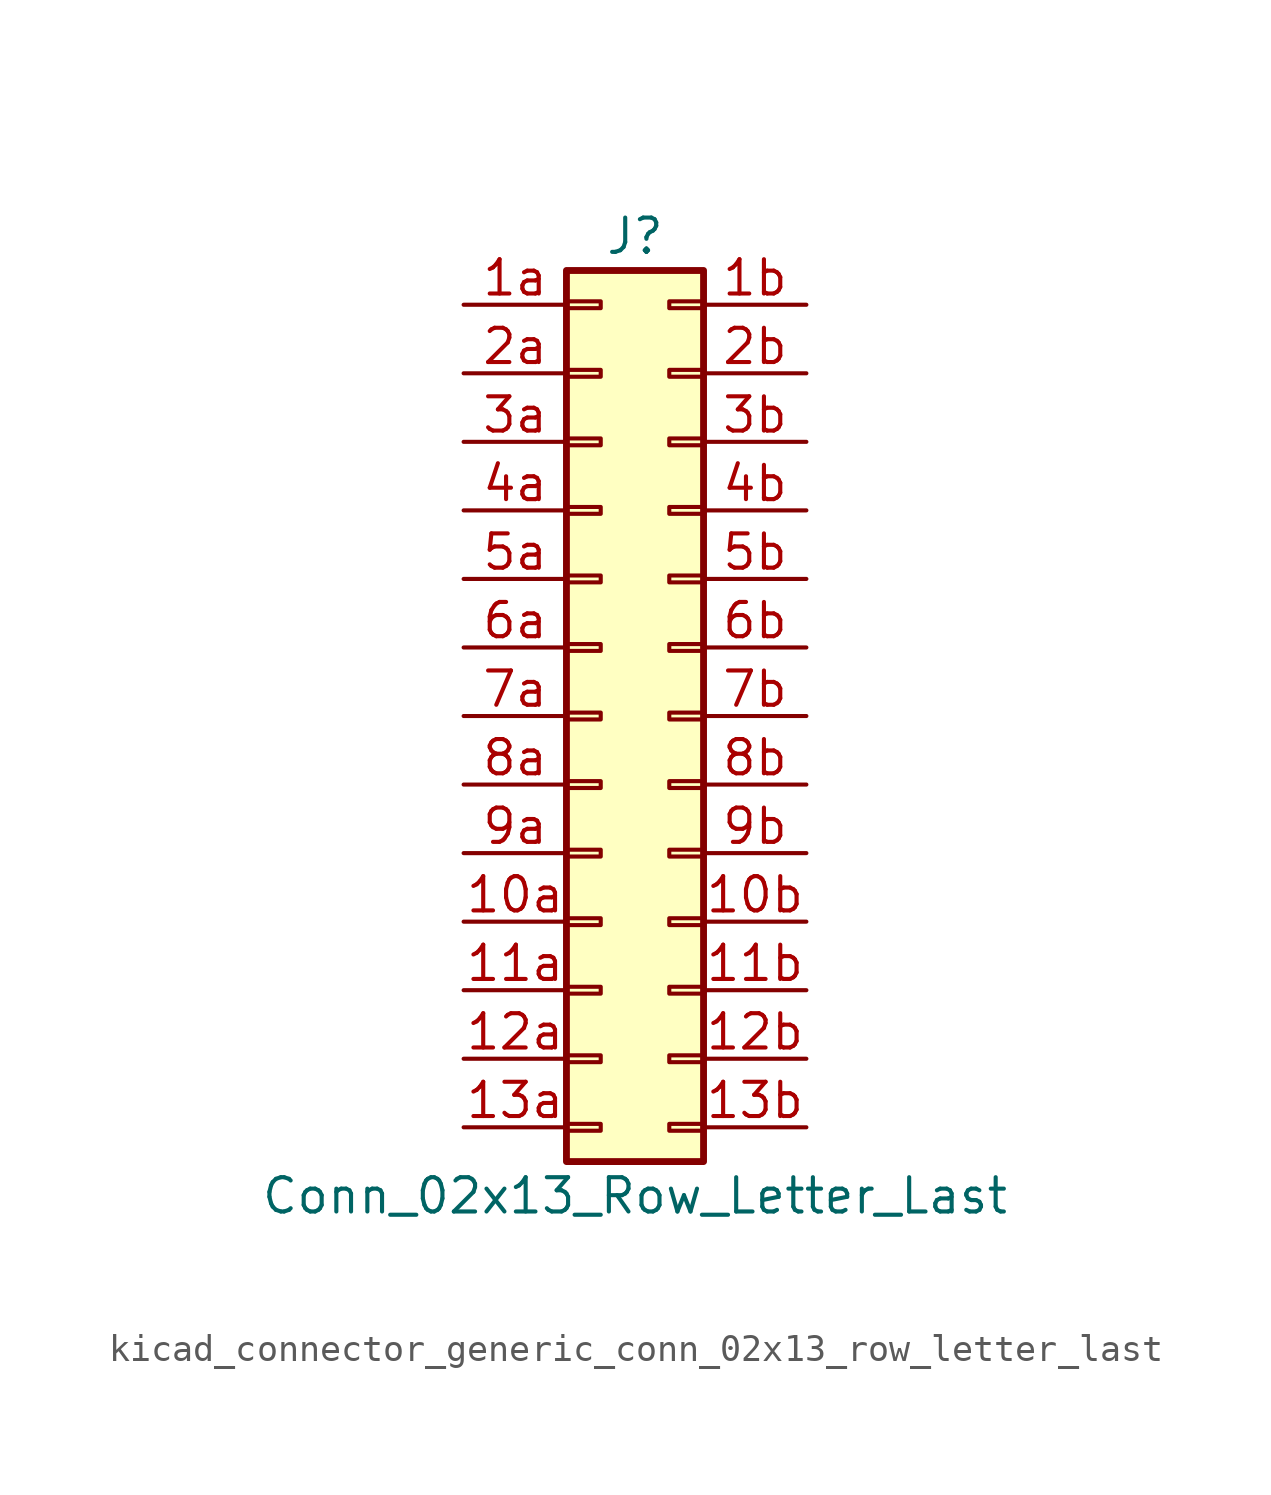
<source format=kicad_sym>
(kicad_symbol_lib
  (version 20220914)
  (generator kicad_symbol_editor)
  (symbol "kicad_connector_generic_conn_02x13_row_letter_last"
    (pin_names
      (offset 1.016) hide)
    (property "Reference" "J"
      (at 1.27 17.78 0)
      (effects (font (size 1.27 1.27))))
    (property "Value" "Conn_02x13_Row_Letter_Last"
      (at 1.27 -17.78 0)
      (effects (font (size 1.27 1.27))))
    (symbol "kicad_connector_generic_conn_02x13_row_letter_last_1_1"
      (rectangle (start -1.27 -15.113) (end 0 -15.367) (stroke (width 0.152) (type default)) (fill (type none)))
      (rectangle (start -1.27 -12.573) (end 0 -12.827) (stroke (width 0.152) (type default)) (fill (type none)))
      (rectangle (start -1.27 -10.033) (end 0 -10.287) (stroke (width 0.152) (type default)) (fill (type none)))
      (rectangle (start -1.27 -7.493) (end 0 -7.747) (stroke (width 0.152) (type default)) (fill (type none)))
      (rectangle (start -1.27 -4.953) (end 0 -5.207) (stroke (width 0.152) (type default)) (fill (type none)))
      (rectangle (start -1.27 -2.413) (end 0 -2.667) (stroke (width 0.152) (type default)) (fill (type none)))
      (rectangle (start -1.27 0.127) (end 0 -0.127) (stroke (width 0.152) (type default)) (fill (type none)))
      (rectangle (start -1.27 2.667) (end 0 2.413) (stroke (width 0.152) (type default)) (fill (type none)))
      (rectangle (start -1.27 5.207) (end 0 4.953) (stroke (width 0.152) (type default)) (fill (type none)))
      (rectangle (start -1.27 7.747) (end 0 7.493) (stroke (width 0.152) (type default)) (fill (type none)))
      (rectangle (start -1.27 10.287) (end 0 10.033) (stroke (width 0.152) (type default)) (fill (type none)))
      (rectangle (start -1.27 12.827) (end 0 12.573) (stroke (width 0.152) (type default)) (fill (type none)))
      (rectangle (start -1.27 15.367) (end 0 15.113) (stroke (width 0.152) (type default)) (fill (type none)))
      (rectangle (start -1.27 16.51) (end 3.81 -16.51) (stroke (width 0.254) (type default)) (fill (type background)))
      (rectangle (start 3.81 -15.113) (end 2.54 -15.367) (stroke (width 0.152) (type default)) (fill (type none)))
      (rectangle (start 3.81 -12.573) (end 2.54 -12.827) (stroke (width 0.152) (type default)) (fill (type none)))
      (rectangle (start 3.81 -10.033) (end 2.54 -10.287) (stroke (width 0.152) (type default)) (fill (type none)))
      (rectangle (start 3.81 -7.493) (end 2.54 -7.747) (stroke (width 0.152) (type default)) (fill (type none)))
      (rectangle (start 3.81 -4.953) (end 2.54 -5.207) (stroke (width 0.152) (type default)) (fill (type none)))
      (rectangle (start 3.81 -2.413) (end 2.54 -2.667) (stroke (width 0.152) (type default)) (fill (type none)))
      (rectangle (start 3.81 0.127) (end 2.54 -0.127) (stroke (width 0.152) (type default)) (fill (type none)))
      (rectangle (start 3.81 2.667) (end 2.54 2.413) (stroke (width 0.152) (type default)) (fill (type none)))
      (rectangle (start 3.81 5.207) (end 2.54 4.953) (stroke (width 0.152) (type default)) (fill (type none)))
      (rectangle (start 3.81 7.747) (end 2.54 7.493) (stroke (width 0.152) (type default)) (fill (type none)))
      (rectangle (start 3.81 10.287) (end 2.54 10.033) (stroke (width 0.152) (type default)) (fill (type none)))
      (rectangle (start 3.81 12.827) (end 2.54 12.573) (stroke (width 0.152) (type default)) (fill (type none)))
      (rectangle (start 3.81 15.367) (end 2.54 15.113) (stroke (width 0.152) (type default)) (fill (type none)))
      (pin passive line (at -5.08 -7.62 0) (length 3.81) (name "Pin_10a" (effects (font (size 1.27 1.27)))) (number "10a" (effects (font (size 1.27 1.27)))))
      (pin passive line (at 7.62 -7.62 180) (length 3.81) (name "Pin_10b" (effects (font (size 1.27 1.27)))) (number "10b" (effects (font (size 1.27 1.27)))))
      (pin passive line (at -5.08 -10.16 0) (length 3.81) (name "Pin_11a" (effects (font (size 1.27 1.27)))) (number "11a" (effects (font (size 1.27 1.27)))))
      (pin passive line (at 7.62 -10.16 180) (length 3.81) (name "Pin_11b" (effects (font (size 1.27 1.27)))) (number "11b" (effects (font (size 1.27 1.27)))))
      (pin passive line (at -5.08 -12.7 0) (length 3.81) (name "Pin_12a" (effects (font (size 1.27 1.27)))) (number "12a" (effects (font (size 1.27 1.27)))))
      (pin passive line (at 7.62 -12.7 180) (length 3.81) (name "Pin_12b" (effects (font (size 1.27 1.27)))) (number "12b" (effects (font (size 1.27 1.27)))))
      (pin passive line (at -5.08 -15.24 0) (length 3.81) (name "Pin_13a" (effects (font (size 1.27 1.27)))) (number "13a" (effects (font (size 1.27 1.27)))))
      (pin passive line (at 7.62 -15.24 180) (length 3.81) (name "Pin_13b" (effects (font (size 1.27 1.27)))) (number "13b" (effects (font (size 1.27 1.27)))))
      (pin passive line (at -5.08 15.24 0) (length 3.81) (name "Pin_1a" (effects (font (size 1.27 1.27)))) (number "1a" (effects (font (size 1.27 1.27)))))
      (pin passive line (at 7.62 15.24 180) (length 3.81) (name "Pin_1b" (effects (font (size 1.27 1.27)))) (number "1b" (effects (font (size 1.27 1.27)))))
      (pin passive line (at -5.08 12.7 0) (length 3.81) (name "Pin_2a" (effects (font (size 1.27 1.27)))) (number "2a" (effects (font (size 1.27 1.27)))))
      (pin passive line (at 7.62 12.7 180) (length 3.81) (name "Pin_2b" (effects (font (size 1.27 1.27)))) (number "2b" (effects (font (size 1.27 1.27)))))
      (pin passive line (at -5.08 10.16 0) (length 3.81) (name "Pin_3a" (effects (font (size 1.27 1.27)))) (number "3a" (effects (font (size 1.27 1.27)))))
      (pin passive line (at 7.62 10.16 180) (length 3.81) (name "Pin_3b" (effects (font (size 1.27 1.27)))) (number "3b" (effects (font (size 1.27 1.27)))))
      (pin passive line (at -5.08 7.62 0) (length 3.81) (name "Pin_4a" (effects (font (size 1.27 1.27)))) (number "4a" (effects (font (size 1.27 1.27)))))
      (pin passive line (at 7.62 7.62 180) (length 3.81) (name "Pin_4b" (effects (font (size 1.27 1.27)))) (number "4b" (effects (font (size 1.27 1.27)))))
      (pin passive line (at -5.08 5.08 0) (length 3.81) (name "Pin_5a" (effects (font (size 1.27 1.27)))) (number "5a" (effects (font (size 1.27 1.27)))))
      (pin passive line (at 7.62 5.08 180) (length 3.81) (name "Pin_5b" (effects (font (size 1.27 1.27)))) (number "5b" (effects (font (size 1.27 1.27)))))
      (pin passive line (at -5.08 2.54 0) (length 3.81) (name "Pin_6a" (effects (font (size 1.27 1.27)))) (number "6a" (effects (font (size 1.27 1.27)))))
      (pin passive line (at 7.62 2.54 180) (length 3.81) (name "Pin_6b" (effects (font (size 1.27 1.27)))) (number "6b" (effects (font (size 1.27 1.27)))))
      (pin passive line (at -5.08 0 0) (length 3.81) (name "Pin_7a" (effects (font (size 1.27 1.27)))) (number "7a" (effects (font (size 1.27 1.27)))))
      (pin passive line (at 7.62 0 180) (length 3.81) (name "Pin_7b" (effects (font (size 1.27 1.27)))) (number "7b" (effects (font (size 1.27 1.27)))))
      (pin passive line (at -5.08 -2.54 0) (length 3.81) (name "Pin_8a" (effects (font (size 1.27 1.27)))) (number "8a" (effects (font (size 1.27 1.27)))))
      (pin passive line (at 7.62 -2.54 180) (length 3.81) (name "Pin_8b" (effects (font (size 1.27 1.27)))) (number "8b" (effects (font (size 1.27 1.27)))))
      (pin passive line (at -5.08 -5.08 0) (length 3.81) (name "Pin_9a" (effects (font (size 1.27 1.27)))) (number "9a" (effects (font (size 1.27 1.27)))))
      (pin passive line (at 7.62 -5.08 180) (length 3.81) (name "Pin_9b" (effects (font (size 1.27 1.27)))) (number "9b" (effects (font (size 1.27 1.27))))))))
</source>
